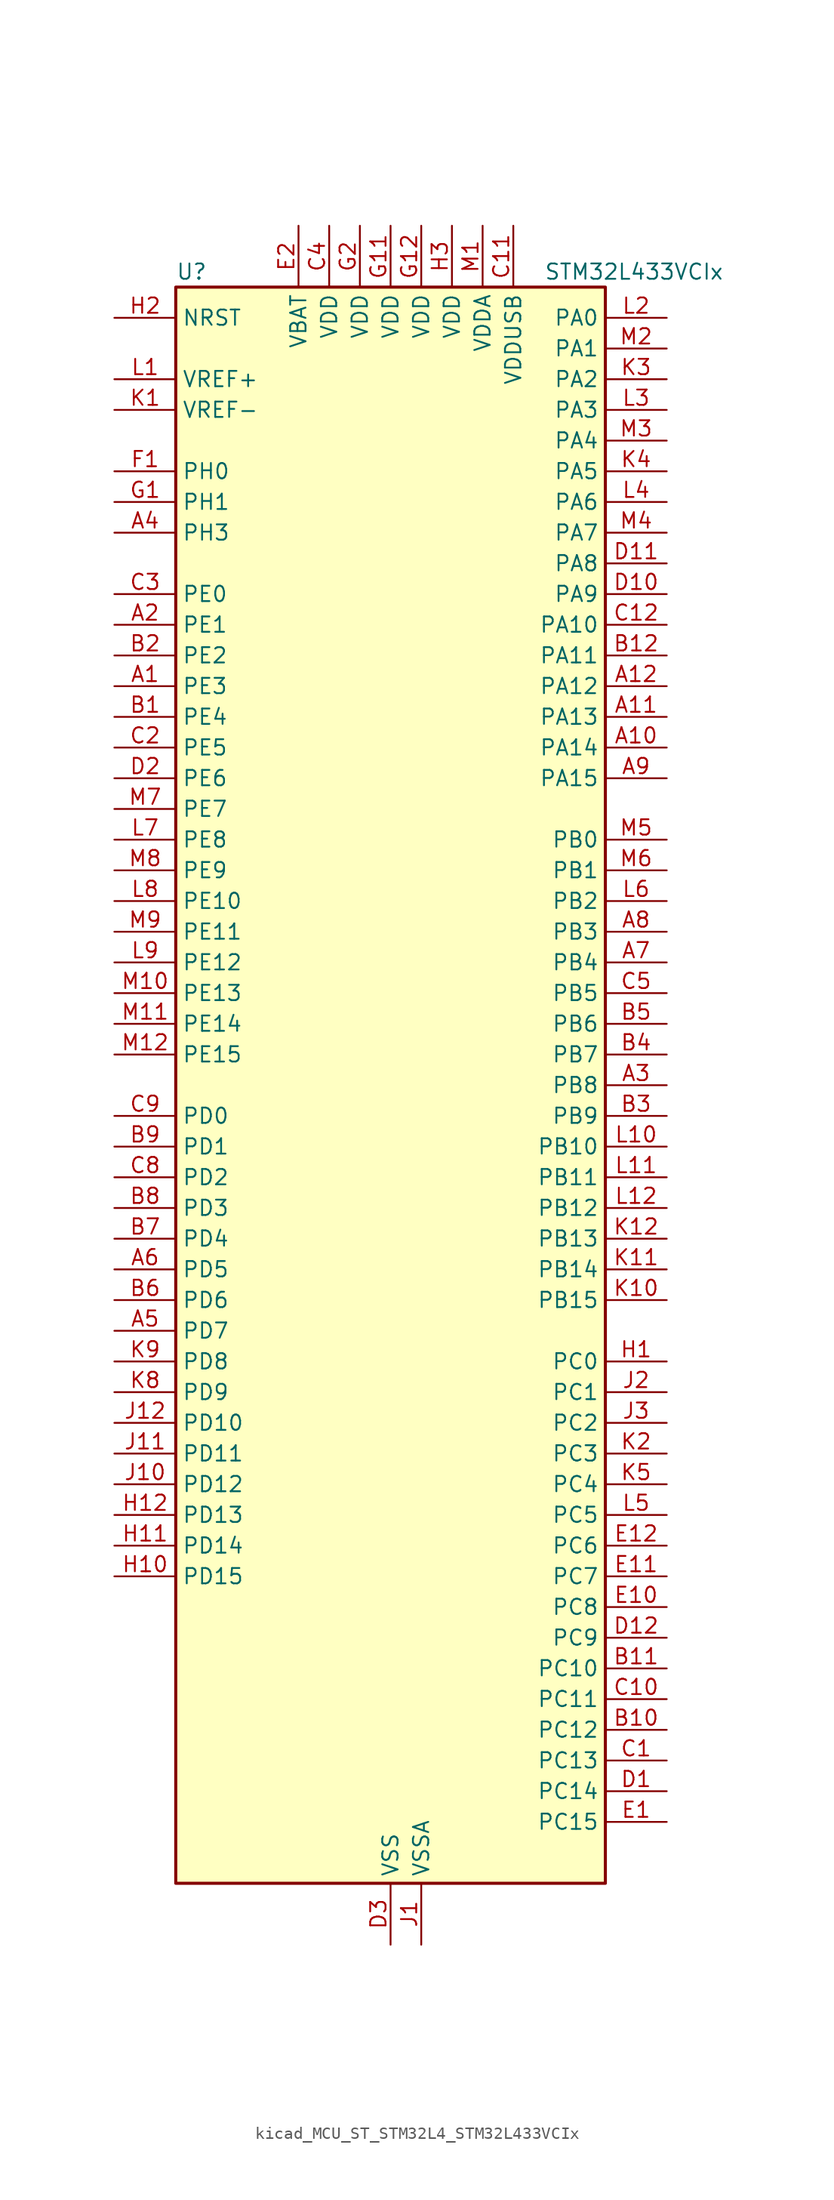
<source format=kicad_sym>
(kicad_symbol_lib
  (version 20220914)
  (generator kicad_symbol_editor)
  (symbol "kicad_MCU_ST_STM32L4_STM32L433VCIx"
    (property "Reference" "U"
      (at -17.78 67.31 0)
      (effects (font (size 1.27 1.27)) (justify left)))
    (property "Value" "STM32L433VCIx"
      (at 12.7 67.31 0)
      (effects (font (size 1.27 1.27)) (justify left)))
    (property "ki_locked" ""
      (at 0 0 0)
      (effects (font (size 1.27 1.27))))
    (symbol "kicad_MCU_ST_STM32L4_STM32L433VCIx_0_1"
      (rectangle (start -17.78 -66.04) (end 17.78 66.04) (stroke (width 0.254) (type default)) (fill (type background))))
    (symbol "kicad_MCU_ST_STM32L4_STM32L433VCIx_1_1"
      (pin bidirectional line (at -22.86 33.02 0) (length 5.08) (name "PE3" (effects (font (size 1.27 1.27)))) (number "A1" (effects (font (size 1.27 1.27)))) (alternate "LCD_SEG39" bidirectional line) (alternate "SAI1_SD_B" bidirectional line) (alternate "SYS_TRACED0" bidirectional line) (alternate "TSC_G7_IO2" bidirectional line))
      (pin bidirectional line (at 22.86 27.94 180) (length 5.08) (name "PA14" (effects (font (size 1.27 1.27)))) (number "A10" (effects (font (size 1.27 1.27)))) (alternate "I2C1_SMBA" bidirectional line) (alternate "LPTIM1_OUT" bidirectional line) (alternate "SAI1_FS_B" bidirectional line) (alternate "SWPMI1_RX" bidirectional line) (alternate "SYS_JTCK-SWCLK" bidirectional line))
      (pin bidirectional line (at 22.86 30.48 180) (length 5.08) (name "PA13" (effects (font (size 1.27 1.27)))) (number "A11" (effects (font (size 1.27 1.27)))) (alternate "IR_OUT" bidirectional line) (alternate "SAI1_SD_B" bidirectional line) (alternate "SWPMI1_TX" bidirectional line) (alternate "SYS_JTMS-SWDIO" bidirectional line) (alternate "USB_NOE" bidirectional line))
      (pin bidirectional line (at 22.86 33.02 180) (length 5.08) (name "PA12" (effects (font (size 1.27 1.27)))) (number "A12" (effects (font (size 1.27 1.27)))) (alternate "CAN1_TX" bidirectional line) (alternate "SPI1_MOSI" bidirectional line) (alternate "TIM1_ETR" bidirectional line) (alternate "USART1_DE" bidirectional line) (alternate "USART1_RTS" bidirectional line) (alternate "USB_DP" bidirectional line))
      (pin bidirectional line (at -22.86 38.1 0) (length 5.08) (name "PE1" (effects (font (size 1.27 1.27)))) (number "A2" (effects (font (size 1.27 1.27)))) (alternate "LCD_SEG37" bidirectional line))
      (pin bidirectional line (at 22.86 0 180) (length 5.08) (name "PB8" (effects (font (size 1.27 1.27)))) (number "A3" (effects (font (size 1.27 1.27)))) (alternate "CAN1_RX" bidirectional line) (alternate "I2C1_SCL" bidirectional line) (alternate "LCD_SEG16" bidirectional line) (alternate "SAI1_MCLK_A" bidirectional line) (alternate "SDMMC1_D4" bidirectional line) (alternate "TIM16_CH1" bidirectional line))
      (pin bidirectional line (at -22.86 45.72 0) (length 5.08) (name "PH3" (effects (font (size 1.27 1.27)))) (number "A4" (effects (font (size 1.27 1.27)))))
      (pin bidirectional line (at -22.86 -20.32 0) (length 5.08) (name "PD7" (effects (font (size 1.27 1.27)))) (number "A5" (effects (font (size 1.27 1.27)))) (alternate "QUADSPI_BK2_IO3" bidirectional line) (alternate "USART2_CK" bidirectional line))
      (pin bidirectional line (at -22.86 -15.24 0) (length 5.08) (name "PD5" (effects (font (size 1.27 1.27)))) (number "A6" (effects (font (size 1.27 1.27)))) (alternate "QUADSPI_BK2_IO1" bidirectional line) (alternate "USART2_TX" bidirectional line))
      (pin bidirectional line (at 22.86 10.16 180) (length 5.08) (name "PB4" (effects (font (size 1.27 1.27)))) (number "A7" (effects (font (size 1.27 1.27)))) (alternate "COMP2_INP" bidirectional line) (alternate "I2C3_SDA" bidirectional line) (alternate "LCD_SEG8" bidirectional line) (alternate "SAI1_MCLK_B" bidirectional line) (alternate "SPI1_MISO" bidirectional line) (alternate "SPI3_MISO" bidirectional line) (alternate "SYS_JTRST" bidirectional line) (alternate "TSC_G2_IO1" bidirectional line) (alternate "USART1_CTS" bidirectional line))
      (pin bidirectional line (at 22.86 12.7 180) (length 5.08) (name "PB3" (effects (font (size 1.27 1.27)))) (number "A8" (effects (font (size 1.27 1.27)))) (alternate "COMP2_INM" bidirectional line) (alternate "LCD_SEG7" bidirectional line) (alternate "SAI1_SCK_B" bidirectional line) (alternate "SPI1_SCK" bidirectional line) (alternate "SPI3_SCK" bidirectional line) (alternate "SYS_JTDO-SWO" bidirectional line) (alternate "TIM2_CH2" bidirectional line) (alternate "USART1_DE" bidirectional line) (alternate "USART1_RTS" bidirectional line))
      (pin bidirectional line (at 22.86 25.4 180) (length 5.08) (name "PA15" (effects (font (size 1.27 1.27)))) (number "A9" (effects (font (size 1.27 1.27)))) (alternate "ADC1_EXTI15" bidirectional line) (alternate "LCD_SEG17" bidirectional line) (alternate "SPI1_NSS" bidirectional line) (alternate "SPI3_NSS" bidirectional line) (alternate "SWPMI1_SUSPEND" bidirectional line) (alternate "SYS_JTDI" bidirectional line) (alternate "TIM2_CH1" bidirectional line) (alternate "TIM2_ETR" bidirectional line) (alternate "TSC_G3_IO1" bidirectional line) (alternate "USART2_RX" bidirectional line) (alternate "USART3_DE" bidirectional line) (alternate "USART3_RTS" bidirectional line))
      (pin bidirectional line (at -22.86 30.48 0) (length 5.08) (name "PE4" (effects (font (size 1.27 1.27)))) (number "B1" (effects (font (size 1.27 1.27)))) (alternate "SAI1_FS_A" bidirectional line) (alternate "SYS_TRACED1" bidirectional line) (alternate "TSC_G7_IO3" bidirectional line))
      (pin bidirectional line (at 22.86 -53.34 180) (length 5.08) (name "PC12" (effects (font (size 1.27 1.27)))) (number "B10" (effects (font (size 1.27 1.27)))) (alternate "LCD_COM6" bidirectional line) (alternate "LCD_SEG30" bidirectional line) (alternate "LCD_SEG42" bidirectional line) (alternate "SDMMC1_CK" bidirectional line) (alternate "SPI3_MOSI" bidirectional line) (alternate "TSC_G3_IO4" bidirectional line) (alternate "USART3_CK" bidirectional line))
      (pin bidirectional line (at 22.86 -48.26 180) (length 5.08) (name "PC10" (effects (font (size 1.27 1.27)))) (number "B11" (effects (font (size 1.27 1.27)))) (alternate "LCD_COM4" bidirectional line) (alternate "LCD_SEG28" bidirectional line) (alternate "LCD_SEG40" bidirectional line) (alternate "SDMMC1_D2" bidirectional line) (alternate "SPI3_SCK" bidirectional line) (alternate "TSC_G3_IO2" bidirectional line) (alternate "USART3_TX" bidirectional line))
      (pin bidirectional line (at 22.86 35.56 180) (length 5.08) (name "PA11" (effects (font (size 1.27 1.27)))) (number "B12" (effects (font (size 1.27 1.27)))) (alternate "ADC1_EXTI11" bidirectional line) (alternate "CAN1_RX" bidirectional line) (alternate "COMP1_OUT" bidirectional line) (alternate "SPI1_MISO" bidirectional line) (alternate "TIM1_BKIN2" bidirectional line) (alternate "TIM1_BKIN2_COMP1" bidirectional line) (alternate "TIM1_CH4" bidirectional line) (alternate "USART1_CTS" bidirectional line) (alternate "USB_DM" bidirectional line))
      (pin bidirectional line (at -22.86 35.56 0) (length 5.08) (name "PE2" (effects (font (size 1.27 1.27)))) (number "B2" (effects (font (size 1.27 1.27)))) (alternate "LCD_SEG38" bidirectional line) (alternate "SAI1_MCLK_A" bidirectional line) (alternate "SYS_TRACECLK" bidirectional line) (alternate "TSC_G7_IO1" bidirectional line))
      (pin bidirectional line (at 22.86 -2.54 180) (length 5.08) (name "PB9" (effects (font (size 1.27 1.27)))) (number "B3" (effects (font (size 1.27 1.27)))) (alternate "CAN1_TX" bidirectional line) (alternate "DAC1_EXTI9" bidirectional line) (alternate "I2C1_SDA" bidirectional line) (alternate "IR_OUT" bidirectional line) (alternate "LCD_COM3" bidirectional line) (alternate "SAI1_FS_A" bidirectional line) (alternate "SDMMC1_D5" bidirectional line) (alternate "SPI2_NSS" bidirectional line))
      (pin bidirectional line (at 22.86 2.54 180) (length 5.08) (name "PB7" (effects (font (size 1.27 1.27)))) (number "B4" (effects (font (size 1.27 1.27)))) (alternate "COMP2_INM" bidirectional line) (alternate "I2C1_SDA" bidirectional line) (alternate "LCD_SEG21" bidirectional line) (alternate "LPTIM1_IN2" bidirectional line) (alternate "SYS_PVD_IN" bidirectional line) (alternate "TSC_G2_IO4" bidirectional line) (alternate "USART1_RX" bidirectional line))
      (pin bidirectional line (at 22.86 5.08 180) (length 5.08) (name "PB6" (effects (font (size 1.27 1.27)))) (number "B5" (effects (font (size 1.27 1.27)))) (alternate "COMP2_INP" bidirectional line) (alternate "I2C1_SCL" bidirectional line) (alternate "LPTIM1_ETR" bidirectional line) (alternate "SAI1_FS_B" bidirectional line) (alternate "TIM16_CH1N" bidirectional line) (alternate "TSC_G2_IO3" bidirectional line) (alternate "USART1_TX" bidirectional line))
      (pin bidirectional line (at -22.86 -17.78 0) (length 5.08) (name "PD6" (effects (font (size 1.27 1.27)))) (number "B6" (effects (font (size 1.27 1.27)))) (alternate "QUADSPI_BK2_IO2" bidirectional line) (alternate "SAI1_SD_A" bidirectional line) (alternate "USART2_RX" bidirectional line))
      (pin bidirectional line (at -22.86 -12.7 0) (length 5.08) (name "PD4" (effects (font (size 1.27 1.27)))) (number "B7" (effects (font (size 1.27 1.27)))) (alternate "QUADSPI_BK2_IO0" bidirectional line) (alternate "SPI2_MOSI" bidirectional line) (alternate "USART2_DE" bidirectional line) (alternate "USART2_RTS" bidirectional line))
      (pin bidirectional line (at -22.86 -10.16 0) (length 5.08) (name "PD3" (effects (font (size 1.27 1.27)))) (number "B8" (effects (font (size 1.27 1.27)))) (alternate "QUADSPI_BK2_NCS" bidirectional line) (alternate "SPI2_MISO" bidirectional line) (alternate "USART2_CTS" bidirectional line))
      (pin bidirectional line (at -22.86 -5.08 0) (length 5.08) (name "PD1" (effects (font (size 1.27 1.27)))) (number "B9" (effects (font (size 1.27 1.27)))) (alternate "CAN1_TX" bidirectional line) (alternate "SPI2_SCK" bidirectional line))
      (pin bidirectional line (at 22.86 -55.88 180) (length 5.08) (name "PC13" (effects (font (size 1.27 1.27)))) (number "C1" (effects (font (size 1.27 1.27)))) (alternate "RTC_OUT_ALARM" bidirectional line) (alternate "RTC_OUT_CALIB" bidirectional line) (alternate "RTC_TAMP1" bidirectional line) (alternate "RTC_TS" bidirectional line) (alternate "SYS_WKUP2" bidirectional line))
      (pin bidirectional line (at 22.86 -50.8 180) (length 5.08) (name "PC11" (effects (font (size 1.27 1.27)))) (number "C10" (effects (font (size 1.27 1.27)))) (alternate "ADC1_EXTI11" bidirectional line) (alternate "LCD_COM5" bidirectional line) (alternate "LCD_SEG29" bidirectional line) (alternate "LCD_SEG41" bidirectional line) (alternate "SDMMC1_D3" bidirectional line) (alternate "SPI3_MISO" bidirectional line) (alternate "TSC_G3_IO3" bidirectional line) (alternate "USART3_RX" bidirectional line))
      (pin power_in line (at 10.16 71.12 270) (length 5.08) (name "VDDUSB" (effects (font (size 1.27 1.27)))) (number "C11" (effects (font (size 1.27 1.27)))))
      (pin bidirectional line (at 22.86 38.1 180) (length 5.08) (name "PA10" (effects (font (size 1.27 1.27)))) (number "C12" (effects (font (size 1.27 1.27)))) (alternate "CRS_SYNC" bidirectional line) (alternate "I2C1_SDA" bidirectional line) (alternate "LCD_COM2" bidirectional line) (alternate "SAI1_SD_A" bidirectional line) (alternate "TIM1_CH3" bidirectional line) (alternate "USART1_RX" bidirectional line))
      (pin bidirectional line (at -22.86 27.94 0) (length 5.08) (name "PE5" (effects (font (size 1.27 1.27)))) (number "C2" (effects (font (size 1.27 1.27)))) (alternate "SAI1_SCK_A" bidirectional line) (alternate "SYS_TRACED2" bidirectional line) (alternate "TSC_G7_IO4" bidirectional line))
      (pin bidirectional line (at -22.86 40.64 0) (length 5.08) (name "PE0" (effects (font (size 1.27 1.27)))) (number "C3" (effects (font (size 1.27 1.27)))) (alternate "LCD_SEG36" bidirectional line) (alternate "TIM16_CH1" bidirectional line))
      (pin power_in line (at -5.08 71.12 270) (length 5.08) (name "VDD" (effects (font (size 1.27 1.27)))) (number "C4" (effects (font (size 1.27 1.27)))))
      (pin bidirectional line (at 22.86 7.62 180) (length 5.08) (name "PB5" (effects (font (size 1.27 1.27)))) (number "C5" (effects (font (size 1.27 1.27)))) (alternate "COMP2_OUT" bidirectional line) (alternate "I2C1_SMBA" bidirectional line) (alternate "LCD_SEG9" bidirectional line) (alternate "LPTIM1_IN1" bidirectional line) (alternate "SAI1_SD_B" bidirectional line) (alternate "SPI1_MOSI" bidirectional line) (alternate "SPI3_MOSI" bidirectional line) (alternate "TIM16_BKIN" bidirectional line) (alternate "TSC_G2_IO2" bidirectional line) (alternate "USART1_CK" bidirectional line))
      (pin bidirectional line (at -22.86 -7.62 0) (length 5.08) (name "PD2" (effects (font (size 1.27 1.27)))) (number "C8" (effects (font (size 1.27 1.27)))) (alternate "LCD_COM7" bidirectional line) (alternate "LCD_SEG31" bidirectional line) (alternate "LCD_SEG43" bidirectional line) (alternate "SDMMC1_CMD" bidirectional line) (alternate "TSC_SYNC" bidirectional line) (alternate "USART3_DE" bidirectional line) (alternate "USART3_RTS" bidirectional line))
      (pin bidirectional line (at -22.86 -2.54 0) (length 5.08) (name "PD0" (effects (font (size 1.27 1.27)))) (number "C9" (effects (font (size 1.27 1.27)))) (alternate "CAN1_RX" bidirectional line) (alternate "SPI2_NSS" bidirectional line))
      (pin bidirectional line (at 22.86 -58.42 180) (length 5.08) (name "PC14" (effects (font (size 1.27 1.27)))) (number "D1" (effects (font (size 1.27 1.27)))) (alternate "RCC_OSC32_IN" bidirectional line))
      (pin bidirectional line (at 22.86 40.64 180) (length 5.08) (name "PA9" (effects (font (size 1.27 1.27)))) (number "D10" (effects (font (size 1.27 1.27)))) (alternate "DAC1_EXTI9" bidirectional line) (alternate "I2C1_SCL" bidirectional line) (alternate "LCD_COM1" bidirectional line) (alternate "SAI1_FS_A" bidirectional line) (alternate "TIM15_BKIN" bidirectional line) (alternate "TIM1_CH2" bidirectional line) (alternate "USART1_TX" bidirectional line))
      (pin bidirectional line (at 22.86 43.18 180) (length 5.08) (name "PA8" (effects (font (size 1.27 1.27)))) (number "D11" (effects (font (size 1.27 1.27)))) (alternate "LCD_COM0" bidirectional line) (alternate "LPTIM2_OUT" bidirectional line) (alternate "RCC_MCO" bidirectional line) (alternate "SAI1_SCK_A" bidirectional line) (alternate "SWPMI1_IO" bidirectional line) (alternate "TIM1_CH1" bidirectional line) (alternate "USART1_CK" bidirectional line))
      (pin bidirectional line (at 22.86 -45.72 180) (length 5.08) (name "PC9" (effects (font (size 1.27 1.27)))) (number "D12" (effects (font (size 1.27 1.27)))) (alternate "DAC1_EXTI9" bidirectional line) (alternate "LCD_SEG27" bidirectional line) (alternate "SDMMC1_D1" bidirectional line) (alternate "TSC_G4_IO4" bidirectional line) (alternate "USB_NOE" bidirectional line))
      (pin bidirectional line (at -22.86 25.4 0) (length 5.08) (name "PE6" (effects (font (size 1.27 1.27)))) (number "D2" (effects (font (size 1.27 1.27)))) (alternate "RTC_TAMP3" bidirectional line) (alternate "SAI1_SD_A" bidirectional line) (alternate "SYS_TRACED3" bidirectional line) (alternate "SYS_WKUP3" bidirectional line))
      (pin power_in line (at 0 -71.12 90) (length 5.08) (name "VSS" (effects (font (size 1.27 1.27)))) (number "D3" (effects (font (size 1.27 1.27)))))
      (pin bidirectional line (at 22.86 -60.96 180) (length 5.08) (name "PC15" (effects (font (size 1.27 1.27)))) (number "E1" (effects (font (size 1.27 1.27)))) (alternate "ADC1_EXTI15" bidirectional line) (alternate "RCC_OSC32_OUT" bidirectional line))
      (pin bidirectional line (at 22.86 -43.18 180) (length 5.08) (name "PC8" (effects (font (size 1.27 1.27)))) (number "E10" (effects (font (size 1.27 1.27)))) (alternate "LCD_SEG26" bidirectional line) (alternate "SDMMC1_D0" bidirectional line) (alternate "TSC_G4_IO3" bidirectional line))
      (pin bidirectional line (at 22.86 -40.64 180) (length 5.08) (name "PC7" (effects (font (size 1.27 1.27)))) (number "E11" (effects (font (size 1.27 1.27)))) (alternate "LCD_SEG25" bidirectional line) (alternate "SDMMC1_D7" bidirectional line) (alternate "TSC_G4_IO2" bidirectional line))
      (pin bidirectional line (at 22.86 -38.1 180) (length 5.08) (name "PC6" (effects (font (size 1.27 1.27)))) (number "E12" (effects (font (size 1.27 1.27)))) (alternate "LCD_SEG24" bidirectional line) (alternate "SDMMC1_D6" bidirectional line) (alternate "TSC_G4_IO1" bidirectional line))
      (pin power_in line (at -7.62 71.12 270) (length 5.08) (name "VBAT" (effects (font (size 1.27 1.27)))) (number "E2" (effects (font (size 1.27 1.27)))))
      (pin passive line (at 0 -71.12 90) (length 5.08) hide (name "VSS" (effects (font (size 1.27 1.27)))) (number "E3" (effects (font (size 1.27 1.27)))))
      (pin bidirectional line (at -22.86 50.8 0) (length 5.08) (name "PH0" (effects (font (size 1.27 1.27)))) (number "F1" (effects (font (size 1.27 1.27)))) (alternate "RCC_OSC_IN" bidirectional line))
      (pin passive line (at 0 -71.12 90) (length 5.08) hide (name "VSS" (effects (font (size 1.27 1.27)))) (number "F11" (effects (font (size 1.27 1.27)))))
      (pin passive line (at 0 -71.12 90) (length 5.08) hide (name "VSS" (effects (font (size 1.27 1.27)))) (number "F12" (effects (font (size 1.27 1.27)))))
      (pin passive line (at 0 -71.12 90) (length 5.08) hide (name "VSS" (effects (font (size 1.27 1.27)))) (number "F2" (effects (font (size 1.27 1.27)))))
      (pin bidirectional line (at -22.86 48.26 0) (length 5.08) (name "PH1" (effects (font (size 1.27 1.27)))) (number "G1" (effects (font (size 1.27 1.27)))) (alternate "RCC_OSC_OUT" bidirectional line))
      (pin power_in line (at 0 71.12 270) (length 5.08) (name "VDD" (effects (font (size 1.27 1.27)))) (number "G11" (effects (font (size 1.27 1.27)))))
      (pin power_in line (at 2.54 71.12 270) (length 5.08) (name "VDD" (effects (font (size 1.27 1.27)))) (number "G12" (effects (font (size 1.27 1.27)))))
      (pin power_in line (at -2.54 71.12 270) (length 5.08) (name "VDD" (effects (font (size 1.27 1.27)))) (number "G2" (effects (font (size 1.27 1.27)))))
      (pin bidirectional line (at 22.86 -22.86 180) (length 5.08) (name "PC0" (effects (font (size 1.27 1.27)))) (number "H1" (effects (font (size 1.27 1.27)))) (alternate "ADC1_IN1" bidirectional line) (alternate "I2C3_SCL" bidirectional line) (alternate "LCD_SEG18" bidirectional line) (alternate "LPTIM1_IN1" bidirectional line) (alternate "LPTIM2_IN1" bidirectional line) (alternate "LPUART1_RX" bidirectional line))
      (pin bidirectional line (at -22.86 -40.64 0) (length 5.08) (name "PD15" (effects (font (size 1.27 1.27)))) (number "H10" (effects (font (size 1.27 1.27)))) (alternate "ADC1_EXTI15" bidirectional line) (alternate "LCD_SEG35" bidirectional line))
      (pin bidirectional line (at -22.86 -38.1 0) (length 5.08) (name "PD14" (effects (font (size 1.27 1.27)))) (number "H11" (effects (font (size 1.27 1.27)))) (alternate "LCD_SEG34" bidirectional line))
      (pin bidirectional line (at -22.86 -35.56 0) (length 5.08) (name "PD13" (effects (font (size 1.27 1.27)))) (number "H12" (effects (font (size 1.27 1.27)))) (alternate "LCD_SEG33" bidirectional line) (alternate "LPTIM2_OUT" bidirectional line) (alternate "TSC_G6_IO4" bidirectional line))
      (pin input line (at -22.86 63.5 0) (length 5.08) (name "NRST" (effects (font (size 1.27 1.27)))) (number "H2" (effects (font (size 1.27 1.27)))))
      (pin power_in line (at 5.08 71.12 270) (length 5.08) (name "VDD" (effects (font (size 1.27 1.27)))) (number "H3" (effects (font (size 1.27 1.27)))))
      (pin power_in line (at 2.54 -71.12 90) (length 5.08) (name "VSSA" (effects (font (size 1.27 1.27)))) (number "J1" (effects (font (size 1.27 1.27)))))
      (pin bidirectional line (at -22.86 -33.02 0) (length 5.08) (name "PD12" (effects (font (size 1.27 1.27)))) (number "J10" (effects (font (size 1.27 1.27)))) (alternate "LCD_SEG32" bidirectional line) (alternate "LPTIM2_IN1" bidirectional line) (alternate "TSC_G6_IO3" bidirectional line) (alternate "USART3_DE" bidirectional line) (alternate "USART3_RTS" bidirectional line))
      (pin bidirectional line (at -22.86 -30.48 0) (length 5.08) (name "PD11" (effects (font (size 1.27 1.27)))) (number "J11" (effects (font (size 1.27 1.27)))) (alternate "ADC1_EXTI11" bidirectional line) (alternate "LCD_SEG31" bidirectional line) (alternate "LPTIM2_ETR" bidirectional line) (alternate "TSC_G6_IO2" bidirectional line) (alternate "USART3_CTS" bidirectional line))
      (pin bidirectional line (at -22.86 -27.94 0) (length 5.08) (name "PD10" (effects (font (size 1.27 1.27)))) (number "J12" (effects (font (size 1.27 1.27)))) (alternate "LCD_SEG30" bidirectional line) (alternate "TSC_G6_IO1" bidirectional line) (alternate "USART3_CK" bidirectional line))
      (pin bidirectional line (at 22.86 -25.4 180) (length 5.08) (name "PC1" (effects (font (size 1.27 1.27)))) (number "J2" (effects (font (size 1.27 1.27)))) (alternate "ADC1_IN2" bidirectional line) (alternate "I2C3_SDA" bidirectional line) (alternate "LCD_SEG19" bidirectional line) (alternate "LPTIM1_OUT" bidirectional line) (alternate "LPUART1_TX" bidirectional line))
      (pin bidirectional line (at 22.86 -27.94 180) (length 5.08) (name "PC2" (effects (font (size 1.27 1.27)))) (number "J3" (effects (font (size 1.27 1.27)))) (alternate "ADC1_IN3" bidirectional line) (alternate "LCD_SEG20" bidirectional line) (alternate "LPTIM1_IN2" bidirectional line) (alternate "SPI2_MISO" bidirectional line))
      (pin input line (at -22.86 55.88 0) (length 5.08) (name "VREF-" (effects (font (size 1.27 1.27)))) (number "K1" (effects (font (size 1.27 1.27)))))
      (pin bidirectional line (at 22.86 -17.78 180) (length 5.08) (name "PB15" (effects (font (size 1.27 1.27)))) (number "K10" (effects (font (size 1.27 1.27)))) (alternate "ADC1_EXTI15" bidirectional line) (alternate "LCD_SEG15" bidirectional line) (alternate "RTC_REFIN" bidirectional line) (alternate "SAI1_SD_A" bidirectional line) (alternate "SPI2_MOSI" bidirectional line) (alternate "SWPMI1_SUSPEND" bidirectional line) (alternate "TIM15_CH2" bidirectional line) (alternate "TIM1_CH3N" bidirectional line) (alternate "TSC_G1_IO4" bidirectional line))
      (pin bidirectional line (at 22.86 -15.24 180) (length 5.08) (name "PB14" (effects (font (size 1.27 1.27)))) (number "K11" (effects (font (size 1.27 1.27)))) (alternate "I2C2_SDA" bidirectional line) (alternate "LCD_SEG14" bidirectional line) (alternate "SAI1_MCLK_A" bidirectional line) (alternate "SPI2_MISO" bidirectional line) (alternate "SWPMI1_RX" bidirectional line) (alternate "TIM15_CH1" bidirectional line) (alternate "TIM1_CH2N" bidirectional line) (alternate "TSC_G1_IO3" bidirectional line) (alternate "USART3_DE" bidirectional line) (alternate "USART3_RTS" bidirectional line))
      (pin bidirectional line (at 22.86 -12.7 180) (length 5.08) (name "PB13" (effects (font (size 1.27 1.27)))) (number "K12" (effects (font (size 1.27 1.27)))) (alternate "I2C2_SCL" bidirectional line) (alternate "LCD_SEG13" bidirectional line) (alternate "LPUART1_CTS" bidirectional line) (alternate "SAI1_SCK_A" bidirectional line) (alternate "SPI2_SCK" bidirectional line) (alternate "SWPMI1_TX" bidirectional line) (alternate "TIM15_CH1N" bidirectional line) (alternate "TIM1_CH1N" bidirectional line) (alternate "TSC_G1_IO2" bidirectional line) (alternate "USART3_CTS" bidirectional line))
      (pin bidirectional line (at 22.86 -30.48 180) (length 5.08) (name "PC3" (effects (font (size 1.27 1.27)))) (number "K2" (effects (font (size 1.27 1.27)))) (alternate "ADC1_IN4" bidirectional line) (alternate "LCD_VLCD" bidirectional line) (alternate "LPTIM1_ETR" bidirectional line) (alternate "LPTIM2_ETR" bidirectional line) (alternate "SAI1_SD_A" bidirectional line) (alternate "SPI2_MOSI" bidirectional line))
      (pin bidirectional line (at 22.86 58.42 180) (length 5.08) (name "PA2" (effects (font (size 1.27 1.27)))) (number "K3" (effects (font (size 1.27 1.27)))) (alternate "ADC1_IN7" bidirectional line) (alternate "COMP2_INM" bidirectional line) (alternate "COMP2_OUT" bidirectional line) (alternate "LCD_SEG1" bidirectional line) (alternate "LPUART1_TX" bidirectional line) (alternate "QUADSPI_BK1_NCS" bidirectional line) (alternate "RCC_LSCO" bidirectional line) (alternate "SYS_WKUP4" bidirectional line) (alternate "TIM15_CH1" bidirectional line) (alternate "TIM2_CH3" bidirectional line) (alternate "USART2_TX" bidirectional line))
      (pin bidirectional line (at 22.86 50.8 180) (length 5.08) (name "PA5" (effects (font (size 1.27 1.27)))) (number "K4" (effects (font (size 1.27 1.27)))) (alternate "ADC1_IN10" bidirectional line) (alternate "COMP1_INM" bidirectional line) (alternate "COMP2_INM" bidirectional line) (alternate "DAC1_OUT2" bidirectional line) (alternate "LPTIM2_ETR" bidirectional line) (alternate "SPI1_SCK" bidirectional line) (alternate "TIM2_CH1" bidirectional line) (alternate "TIM2_ETR" bidirectional line))
      (pin bidirectional line (at 22.86 -33.02 180) (length 5.08) (name "PC4" (effects (font (size 1.27 1.27)))) (number "K5" (effects (font (size 1.27 1.27)))) (alternate "ADC1_IN13" bidirectional line) (alternate "COMP1_INM" bidirectional line) (alternate "LCD_SEG22" bidirectional line) (alternate "USART3_TX" bidirectional line))
      (pin bidirectional line (at -22.86 -25.4 0) (length 5.08) (name "PD9" (effects (font (size 1.27 1.27)))) (number "K8" (effects (font (size 1.27 1.27)))) (alternate "DAC1_EXTI9" bidirectional line) (alternate "LCD_SEG29" bidirectional line) (alternate "USART3_RX" bidirectional line))
      (pin bidirectional line (at -22.86 -22.86 0) (length 5.08) (name "PD8" (effects (font (size 1.27 1.27)))) (number "K9" (effects (font (size 1.27 1.27)))) (alternate "LCD_SEG28" bidirectional line) (alternate "USART3_TX" bidirectional line))
      (pin input line (at -22.86 58.42 0) (length 5.08) (name "VREF+" (effects (font (size 1.27 1.27)))) (number "L1" (effects (font (size 1.27 1.27)))) (alternate "VREFBUF_OUT" bidirectional line))
      (pin bidirectional line (at 22.86 -5.08 180) (length 5.08) (name "PB10" (effects (font (size 1.27 1.27)))) (number "L10" (effects (font (size 1.27 1.27)))) (alternate "COMP1_OUT" bidirectional line) (alternate "I2C2_SCL" bidirectional line) (alternate "LCD_SEG10" bidirectional line) (alternate "LPUART1_RX" bidirectional line) (alternate "QUADSPI_CLK" bidirectional line) (alternate "SAI1_SCK_A" bidirectional line) (alternate "SPI2_SCK" bidirectional line) (alternate "TIM2_CH3" bidirectional line) (alternate "TSC_SYNC" bidirectional line) (alternate "USART3_TX" bidirectional line))
      (pin bidirectional line (at 22.86 -7.62 180) (length 5.08) (name "PB11" (effects (font (size 1.27 1.27)))) (number "L11" (effects (font (size 1.27 1.27)))) (alternate "ADC1_EXTI11" bidirectional line) (alternate "COMP2_OUT" bidirectional line) (alternate "I2C2_SDA" bidirectional line) (alternate "LCD_SEG11" bidirectional line) (alternate "LPUART1_TX" bidirectional line) (alternate "QUADSPI_BK1_NCS" bidirectional line) (alternate "TIM2_CH4" bidirectional line) (alternate "USART3_RX" bidirectional line))
      (pin bidirectional line (at 22.86 -10.16 180) (length 5.08) (name "PB12" (effects (font (size 1.27 1.27)))) (number "L12" (effects (font (size 1.27 1.27)))) (alternate "I2C2_SMBA" bidirectional line) (alternate "LCD_SEG12" bidirectional line) (alternate "LPUART1_DE" bidirectional line) (alternate "LPUART1_RTS" bidirectional line) (alternate "SAI1_FS_A" bidirectional line) (alternate "SPI2_NSS" bidirectional line) (alternate "SWPMI1_IO" bidirectional line) (alternate "TIM15_BKIN" bidirectional line) (alternate "TIM1_BKIN" bidirectional line) (alternate "TIM1_BKIN_COMP2" bidirectional line) (alternate "TSC_G1_IO1" bidirectional line) (alternate "USART3_CK" bidirectional line))
      (pin bidirectional line (at 22.86 63.5 180) (length 5.08) (name "PA0" (effects (font (size 1.27 1.27)))) (number "L2" (effects (font (size 1.27 1.27)))) (alternate "ADC1_IN5" bidirectional line) (alternate "COMP1_INM" bidirectional line) (alternate "COMP1_OUT" bidirectional line) (alternate "OPAMP1_VINP" bidirectional line) (alternate "RTC_TAMP2" bidirectional line) (alternate "SAI1_EXTCLK" bidirectional line) (alternate "SYS_WKUP1" bidirectional line) (alternate "TIM2_CH1" bidirectional line) (alternate "TIM2_ETR" bidirectional line) (alternate "USART2_CTS" bidirectional line))
      (pin bidirectional line (at 22.86 55.88 180) (length 5.08) (name "PA3" (effects (font (size 1.27 1.27)))) (number "L3" (effects (font (size 1.27 1.27)))) (alternate "ADC1_IN8" bidirectional line) (alternate "COMP2_INP" bidirectional line) (alternate "LCD_SEG2" bidirectional line) (alternate "LPUART1_RX" bidirectional line) (alternate "OPAMP1_VOUT" bidirectional line) (alternate "QUADSPI_CLK" bidirectional line) (alternate "SAI1_MCLK_A" bidirectional line) (alternate "TIM15_CH2" bidirectional line) (alternate "TIM2_CH4" bidirectional line) (alternate "USART2_RX" bidirectional line))
      (pin bidirectional line (at 22.86 48.26 180) (length 5.08) (name "PA6" (effects (font (size 1.27 1.27)))) (number "L4" (effects (font (size 1.27 1.27)))) (alternate "ADC1_IN11" bidirectional line) (alternate "COMP1_OUT" bidirectional line) (alternate "LCD_SEG3" bidirectional line) (alternate "LPUART1_CTS" bidirectional line) (alternate "QUADSPI_BK1_IO3" bidirectional line) (alternate "SPI1_MISO" bidirectional line) (alternate "TIM16_CH1" bidirectional line) (alternate "TIM1_BKIN" bidirectional line) (alternate "TIM1_BKIN_COMP2" bidirectional line) (alternate "USART3_CTS" bidirectional line))
      (pin bidirectional line (at 22.86 -35.56 180) (length 5.08) (name "PC5" (effects (font (size 1.27 1.27)))) (number "L5" (effects (font (size 1.27 1.27)))) (alternate "ADC1_IN14" bidirectional line) (alternate "COMP1_INP" bidirectional line) (alternate "LCD_SEG23" bidirectional line) (alternate "SYS_WKUP5" bidirectional line) (alternate "USART3_RX" bidirectional line))
      (pin bidirectional line (at 22.86 15.24 180) (length 5.08) (name "PB2" (effects (font (size 1.27 1.27)))) (number "L6" (effects (font (size 1.27 1.27)))) (alternate "COMP1_INP" bidirectional line) (alternate "I2C3_SMBA" bidirectional line) (alternate "LCD_VLCD" bidirectional line) (alternate "LPTIM1_OUT" bidirectional line) (alternate "RTC_OUT_ALARM" bidirectional line) (alternate "RTC_OUT_CALIB" bidirectional line))
      (pin bidirectional line (at -22.86 20.32 0) (length 5.08) (name "PE8" (effects (font (size 1.27 1.27)))) (number "L7" (effects (font (size 1.27 1.27)))) (alternate "SAI1_SCK_B" bidirectional line) (alternate "TIM1_CH1N" bidirectional line))
      (pin bidirectional line (at -22.86 15.24 0) (length 5.08) (name "PE10" (effects (font (size 1.27 1.27)))) (number "L8" (effects (font (size 1.27 1.27)))) (alternate "QUADSPI_CLK" bidirectional line) (alternate "SAI1_MCLK_B" bidirectional line) (alternate "TIM1_CH2N" bidirectional line) (alternate "TSC_G5_IO1" bidirectional line))
      (pin bidirectional line (at -22.86 10.16 0) (length 5.08) (name "PE12" (effects (font (size 1.27 1.27)))) (number "L9" (effects (font (size 1.27 1.27)))) (alternate "QUADSPI_BK1_IO0" bidirectional line) (alternate "SPI1_NSS" bidirectional line) (alternate "TIM1_CH3N" bidirectional line) (alternate "TSC_G5_IO3" bidirectional line))
      (pin power_in line (at 7.62 71.12 270) (length 5.08) (name "VDDA" (effects (font (size 1.27 1.27)))) (number "M1" (effects (font (size 1.27 1.27)))))
      (pin bidirectional line (at -22.86 7.62 0) (length 5.08) (name "PE13" (effects (font (size 1.27 1.27)))) (number "M10" (effects (font (size 1.27 1.27)))) (alternate "QUADSPI_BK1_IO1" bidirectional line) (alternate "SPI1_SCK" bidirectional line) (alternate "TIM1_CH3" bidirectional line) (alternate "TSC_G5_IO4" bidirectional line))
      (pin bidirectional line (at -22.86 5.08 0) (length 5.08) (name "PE14" (effects (font (size 1.27 1.27)))) (number "M11" (effects (font (size 1.27 1.27)))) (alternate "QUADSPI_BK1_IO2" bidirectional line) (alternate "SPI1_MISO" bidirectional line) (alternate "TIM1_BKIN2" bidirectional line) (alternate "TIM1_BKIN2_COMP2" bidirectional line) (alternate "TIM1_CH4" bidirectional line))
      (pin bidirectional line (at -22.86 2.54 0) (length 5.08) (name "PE15" (effects (font (size 1.27 1.27)))) (number "M12" (effects (font (size 1.27 1.27)))) (alternate "ADC1_EXTI15" bidirectional line) (alternate "QUADSPI_BK1_IO3" bidirectional line) (alternate "SPI1_MOSI" bidirectional line) (alternate "TIM1_BKIN" bidirectional line) (alternate "TIM1_BKIN_COMP1" bidirectional line))
      (pin bidirectional line (at 22.86 60.96 180) (length 5.08) (name "PA1" (effects (font (size 1.27 1.27)))) (number "M2" (effects (font (size 1.27 1.27)))) (alternate "ADC1_IN6" bidirectional line) (alternate "COMP1_INP" bidirectional line) (alternate "I2C1_SMBA" bidirectional line) (alternate "LCD_SEG0" bidirectional line) (alternate "OPAMP1_VINM" bidirectional line) (alternate "SPI1_SCK" bidirectional line) (alternate "TIM15_CH1N" bidirectional line) (alternate "TIM2_CH2" bidirectional line) (alternate "USART2_DE" bidirectional line) (alternate "USART2_RTS" bidirectional line))
      (pin bidirectional line (at 22.86 53.34 180) (length 5.08) (name "PA4" (effects (font (size 1.27 1.27)))) (number "M3" (effects (font (size 1.27 1.27)))) (alternate "ADC1_IN9" bidirectional line) (alternate "COMP1_INM" bidirectional line) (alternate "COMP2_INM" bidirectional line) (alternate "DAC1_OUT1" bidirectional line) (alternate "LPTIM2_OUT" bidirectional line) (alternate "SAI1_FS_B" bidirectional line) (alternate "SPI1_NSS" bidirectional line) (alternate "SPI3_NSS" bidirectional line) (alternate "USART2_CK" bidirectional line))
      (pin bidirectional line (at 22.86 45.72 180) (length 5.08) (name "PA7" (effects (font (size 1.27 1.27)))) (number "M4" (effects (font (size 1.27 1.27)))) (alternate "ADC1_IN12" bidirectional line) (alternate "COMP2_OUT" bidirectional line) (alternate "I2C3_SCL" bidirectional line) (alternate "LCD_SEG4" bidirectional line) (alternate "QUADSPI_BK1_IO2" bidirectional line) (alternate "SPI1_MOSI" bidirectional line) (alternate "TIM1_CH1N" bidirectional line))
      (pin bidirectional line (at 22.86 20.32 180) (length 5.08) (name "PB0" (effects (font (size 1.27 1.27)))) (number "M5" (effects (font (size 1.27 1.27)))) (alternate "ADC1_IN15" bidirectional line) (alternate "COMP1_OUT" bidirectional line) (alternate "LCD_SEG5" bidirectional line) (alternate "QUADSPI_BK1_IO1" bidirectional line) (alternate "SAI1_EXTCLK" bidirectional line) (alternate "SPI1_NSS" bidirectional line) (alternate "TIM1_CH2N" bidirectional line) (alternate "USART3_CK" bidirectional line))
      (pin bidirectional line (at 22.86 17.78 180) (length 5.08) (name "PB1" (effects (font (size 1.27 1.27)))) (number "M6" (effects (font (size 1.27 1.27)))) (alternate "ADC1_IN16" bidirectional line) (alternate "COMP1_INM" bidirectional line) (alternate "LCD_SEG6" bidirectional line) (alternate "LPTIM2_IN1" bidirectional line) (alternate "LPUART1_DE" bidirectional line) (alternate "LPUART1_RTS" bidirectional line) (alternate "QUADSPI_BK1_IO0" bidirectional line) (alternate "TIM1_CH3N" bidirectional line) (alternate "USART3_DE" bidirectional line) (alternate "USART3_RTS" bidirectional line))
      (pin bidirectional line (at -22.86 22.86 0) (length 5.08) (name "PE7" (effects (font (size 1.27 1.27)))) (number "M7" (effects (font (size 1.27 1.27)))) (alternate "SAI1_SD_B" bidirectional line) (alternate "TIM1_ETR" bidirectional line))
      (pin bidirectional line (at -22.86 17.78 0) (length 5.08) (name "PE9" (effects (font (size 1.27 1.27)))) (number "M8" (effects (font (size 1.27 1.27)))) (alternate "DAC1_EXTI9" bidirectional line) (alternate "SAI1_FS_B" bidirectional line) (alternate "TIM1_CH1" bidirectional line))
      (pin bidirectional line (at -22.86 12.7 0) (length 5.08) (name "PE11" (effects (font (size 1.27 1.27)))) (number "M9" (effects (font (size 1.27 1.27)))) (alternate "ADC1_EXTI11" bidirectional line) (alternate "QUADSPI_BK1_NCS" bidirectional line) (alternate "TIM1_CH2" bidirectional line) (alternate "TSC_G5_IO2" bidirectional line)))))
</source>
